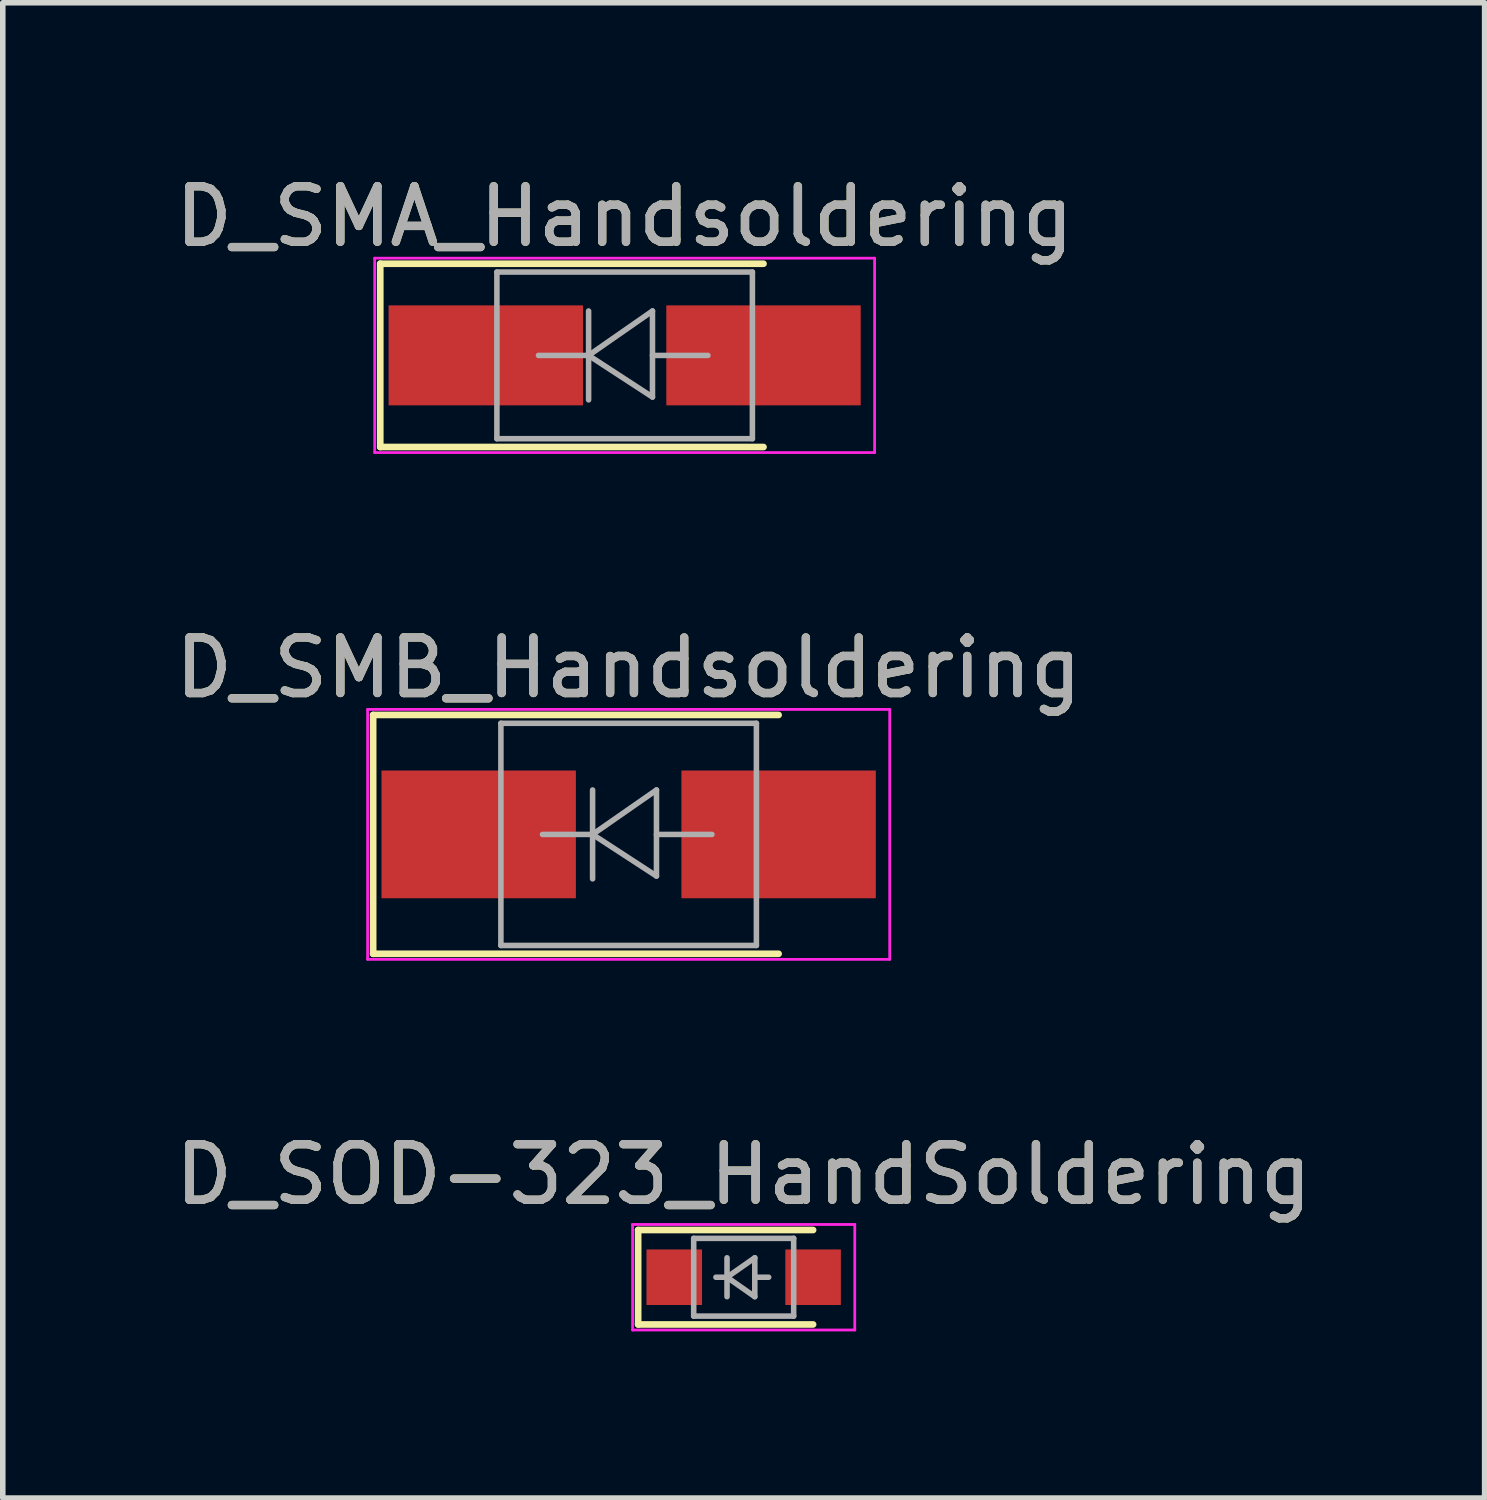
<source format=kicad_pcb>
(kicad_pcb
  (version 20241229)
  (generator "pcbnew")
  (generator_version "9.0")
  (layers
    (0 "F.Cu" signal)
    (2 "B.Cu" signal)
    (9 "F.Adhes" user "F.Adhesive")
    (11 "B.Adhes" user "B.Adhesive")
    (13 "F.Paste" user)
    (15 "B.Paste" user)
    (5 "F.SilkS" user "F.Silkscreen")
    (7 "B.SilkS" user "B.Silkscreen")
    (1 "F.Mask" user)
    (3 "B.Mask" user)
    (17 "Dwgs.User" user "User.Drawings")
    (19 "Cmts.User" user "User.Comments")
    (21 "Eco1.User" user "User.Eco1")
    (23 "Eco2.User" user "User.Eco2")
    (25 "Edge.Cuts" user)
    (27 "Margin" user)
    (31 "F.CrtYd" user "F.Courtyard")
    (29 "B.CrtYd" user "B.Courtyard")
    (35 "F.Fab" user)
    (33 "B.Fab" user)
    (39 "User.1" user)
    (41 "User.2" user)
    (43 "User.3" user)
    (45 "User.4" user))
  (footprint "D_SMB_Handsoldering"
    (layer "F.Cu")
    (at 8.268 11.972)
    (property "Reference" "D_SMB_Handsoldering" (at 0 -3 0) (layer "F.SilkS") (effects (font (size 1 1) (thickness 0.15))))
    (attr smd)
    (fp_line (start -4.6 -2.15) (end -4.6 2.15) (stroke (width 0.12) (type solid)) (layer "F.SilkS"))
    (fp_line (start -4.6 -2.15) (end 2.7 -2.15) (stroke (width 0.12) (type solid)) (layer "F.SilkS"))
    (fp_line (start -4.6 2.15) (end 2.7 2.15) (stroke (width 0.12) (type solid)) (layer "F.SilkS"))
    (fp_line (start -4.7 -2.25) (end 4.7 -2.25) (stroke (width 0.05) (type solid)) (layer "F.CrtYd"))
    (fp_line (start -4.7 2.25) (end -4.7 -2.25) (stroke (width 0.05) (type solid)) (layer "F.CrtYd"))
    (fp_line (start 4.7 -2.25) (end 4.7 2.25) (stroke (width 0.05) (type solid)) (layer "F.CrtYd"))
    (fp_line (start 4.7 2.25) (end -4.7 2.25) (stroke (width 0.05) (type solid)) (layer "F.CrtYd"))
    (fp_line (start -2.3 2) (end -2.3 -2) (stroke (width 0.1) (type solid)) (layer "F.Fab"))
    (fp_line (start -0.649 -0.799) (end -0.649 0.801) (stroke (width 0.1) (type solid)) (layer "F.Fab"))
    (fp_line (start -0.649 0.001) (end -1.551 0.001) (stroke (width 0.1) (type solid)) (layer "F.Fab"))
    (fp_line (start -0.649 0.001) (end 0.501 -0.799) (stroke (width 0.1) (type solid)) (layer "F.Fab"))
    (fp_line (start -0.649 0.001) (end 0.501 0.75) (stroke (width 0.1) (type solid)) (layer "F.Fab"))
    (fp_line (start 0.501 0.001) (end 1.499 0.001) (stroke (width 0.1) (type solid)) (layer "F.Fab"))
    (fp_line (start 0.501 0.75) (end 0.501 -0.799) (stroke (width 0.1) (type solid)) (layer "F.Fab"))
    (fp_line (start 2.3 -2) (end -2.3 -2) (stroke (width 0.1) (type solid)) (layer "F.Fab"))
    (fp_line (start 2.3 -2) (end 2.3 2) (stroke (width 0.1) (type solid)) (layer "F.Fab"))
    (fp_line (start 2.3 2) (end -2.3 2) (stroke (width 0.1) (type solid)) (layer "F.Fab"))
    (fp_text user "${REFERENCE}" (at 0 -3 0) (layer "F.Fab") (effects (font (size 1 1) (thickness 0.15))))
    (pad "1" smd rect (at -2.7 0) (size 3.5 2.3) (layers "F.Cu" "F.Mask" "F.Paste"))
    (pad "2" smd rect (at 2.7 0) (size 3.5 2.3) (layers "F.Cu" "F.Mask" "F.Paste")))
  (footprint "D_SMA_Handsoldering"
    (layer "F.Cu")
    (at 8.196 3.348)
    (property "Reference" "D_SMA_Handsoldering" (at 0 -2.5 0) (layer "F.SilkS") (effects (font (size 1 1) (thickness 0.15))))
    (attr smd)
    (fp_line (start -4.4 -1.65) (end -4.4 1.65) (stroke (width 0.12) (type solid)) (layer "F.SilkS"))
    (fp_line (start -4.4 -1.65) (end 2.5 -1.65) (stroke (width 0.12) (type solid)) (layer "F.SilkS"))
    (fp_line (start -4.4 1.65) (end 2.5 1.65) (stroke (width 0.12) (type solid)) (layer "F.SilkS"))
    (fp_line (start -4.5 -1.75) (end 4.5 -1.75) (stroke (width 0.05) (type solid)) (layer "F.CrtYd"))
    (fp_line (start -4.5 1.75) (end -4.5 -1.75) (stroke (width 0.05) (type solid)) (layer "F.CrtYd"))
    (fp_line (start 4.5 -1.75) (end 4.5 1.75) (stroke (width 0.05) (type solid)) (layer "F.CrtYd"))
    (fp_line (start 4.5 1.75) (end -4.5 1.75) (stroke (width 0.05) (type solid)) (layer "F.CrtYd"))
    (fp_line (start -2.3 1.5) (end -2.3 -1.5) (stroke (width 0.1) (type solid)) (layer "F.Fab"))
    (fp_line (start -0.649 -0.799) (end -0.649 0.801) (stroke (width 0.1) (type solid)) (layer "F.Fab"))
    (fp_line (start -0.649 0.001) (end -1.551 0.001) (stroke (width 0.1) (type solid)) (layer "F.Fab"))
    (fp_line (start -0.649 0.001) (end 0.501 -0.799) (stroke (width 0.1) (type solid)) (layer "F.Fab"))
    (fp_line (start -0.649 0.001) (end 0.501 0.75) (stroke (width 0.1) (type solid)) (layer "F.Fab"))
    (fp_line (start 0.501 0.001) (end 1.499 0.001) (stroke (width 0.1) (type solid)) (layer "F.Fab"))
    (fp_line (start 0.501 0.75) (end 0.501 -0.799) (stroke (width 0.1) (type solid)) (layer "F.Fab"))
    (fp_line (start 2.3 -1.5) (end -2.3 -1.5) (stroke (width 0.1) (type solid)) (layer "F.Fab"))
    (fp_line (start 2.3 -1.5) (end 2.3 1.5) (stroke (width 0.1) (type solid)) (layer "F.Fab"))
    (fp_line (start 2.3 1.5) (end -2.3 1.5) (stroke (width 0.1) (type solid)) (layer "F.Fab"))
    (fp_text user "${REFERENCE}" (at 0 -2.5 0) (layer "F.Fab") (effects (font (size 1 1) (thickness 0.15))))
    (pad "1" smd rect (at -2.5 0) (size 3.5 1.8) (layers "F.Cu" "F.Mask" "F.Paste"))
    (pad "2" smd rect (at 2.5 0) (size 3.5 1.8) (layers "F.Cu" "F.Mask" "F.Paste")))
  (footprint "D_SOD-323_HandSoldering"
    (layer "F.Cu")
    (at 10.339 19.945)
    (property "Reference" "D_SOD-323_HandSoldering" (at 0 -1.85 0) (layer "F.SilkS") (effects (font (size 1 1) (thickness 0.15))))
    (attr smd)
    (fp_line (start -1.9 -0.85) (end -1.9 0.85) (stroke (width 0.12) (type solid)) (layer "F.SilkS"))
    (fp_line (start -1.9 -0.85) (end 1.25 -0.85) (stroke (width 0.12) (type solid)) (layer "F.SilkS"))
    (fp_line (start -1.9 0.85) (end 1.25 0.85) (stroke (width 0.12) (type solid)) (layer "F.SilkS"))
    (fp_line (start -2 -0.95) (end -2 0.95) (stroke (width 0.05) (type solid)) (layer "F.CrtYd"))
    (fp_line (start -2 -0.95) (end 2 -0.95) (stroke (width 0.05) (type solid)) (layer "F.CrtYd"))
    (fp_line (start -2 0.95) (end 2 0.95) (stroke (width 0.05) (type solid)) (layer "F.CrtYd"))
    (fp_line (start 2 -0.95) (end 2 0.95) (stroke (width 0.05) (type solid)) (layer "F.CrtYd"))
    (fp_line (start -0.9 -0.7) (end 0.9 -0.7) (stroke (width 0.1) (type solid)) (layer "F.Fab"))
    (fp_line (start -0.9 0.7) (end -0.9 -0.7) (stroke (width 0.1) (type solid)) (layer "F.Fab"))
    (fp_line (start -0.3 -0.35) (end -0.3 0.35) (stroke (width 0.1) (type solid)) (layer "F.Fab"))
    (fp_line (start -0.3 0) (end -0.5 0) (stroke (width 0.1) (type solid)) (layer "F.Fab"))
    (fp_line (start -0.3 0) (end 0.2 -0.35) (stroke (width 0.1) (type solid)) (layer "F.Fab"))
    (fp_line (start 0.2 -0.35) (end 0.2 0.35) (stroke (width 0.1) (type solid)) (layer "F.Fab"))
    (fp_line (start 0.2 0) (end 0.45 0) (stroke (width 0.1) (type solid)) (layer "F.Fab"))
    (fp_line (start 0.2 0.35) (end -0.3 0) (stroke (width 0.1) (type solid)) (layer "F.Fab"))
    (fp_line (start 0.9 -0.7) (end 0.9 0.7) (stroke (width 0.1) (type solid)) (layer "F.Fab"))
    (fp_line (start 0.9 0.7) (end -0.9 0.7) (stroke (width 0.1) (type solid)) (layer "F.Fab"))
    (fp_text user "${REFERENCE}" (at 0 -1.85 0) (layer "F.Fab") (effects (font (size 1 1) (thickness 0.15))))
    (pad "1" smd rect (at -1.25 0) (size 1 1) (layers "F.Cu" "F.Mask" "F.Paste"))
    (pad "2" smd rect (at 1.25 0) (size 1 1) (layers "F.Cu" "F.Mask" "F.Paste")))
  (gr_rect
    (start -3 -3)
    (end 23.679 23.92)
    (stroke (width 0.1) (type default))
    (fill no)
    (layer "Edge.Cuts")))
</source>
